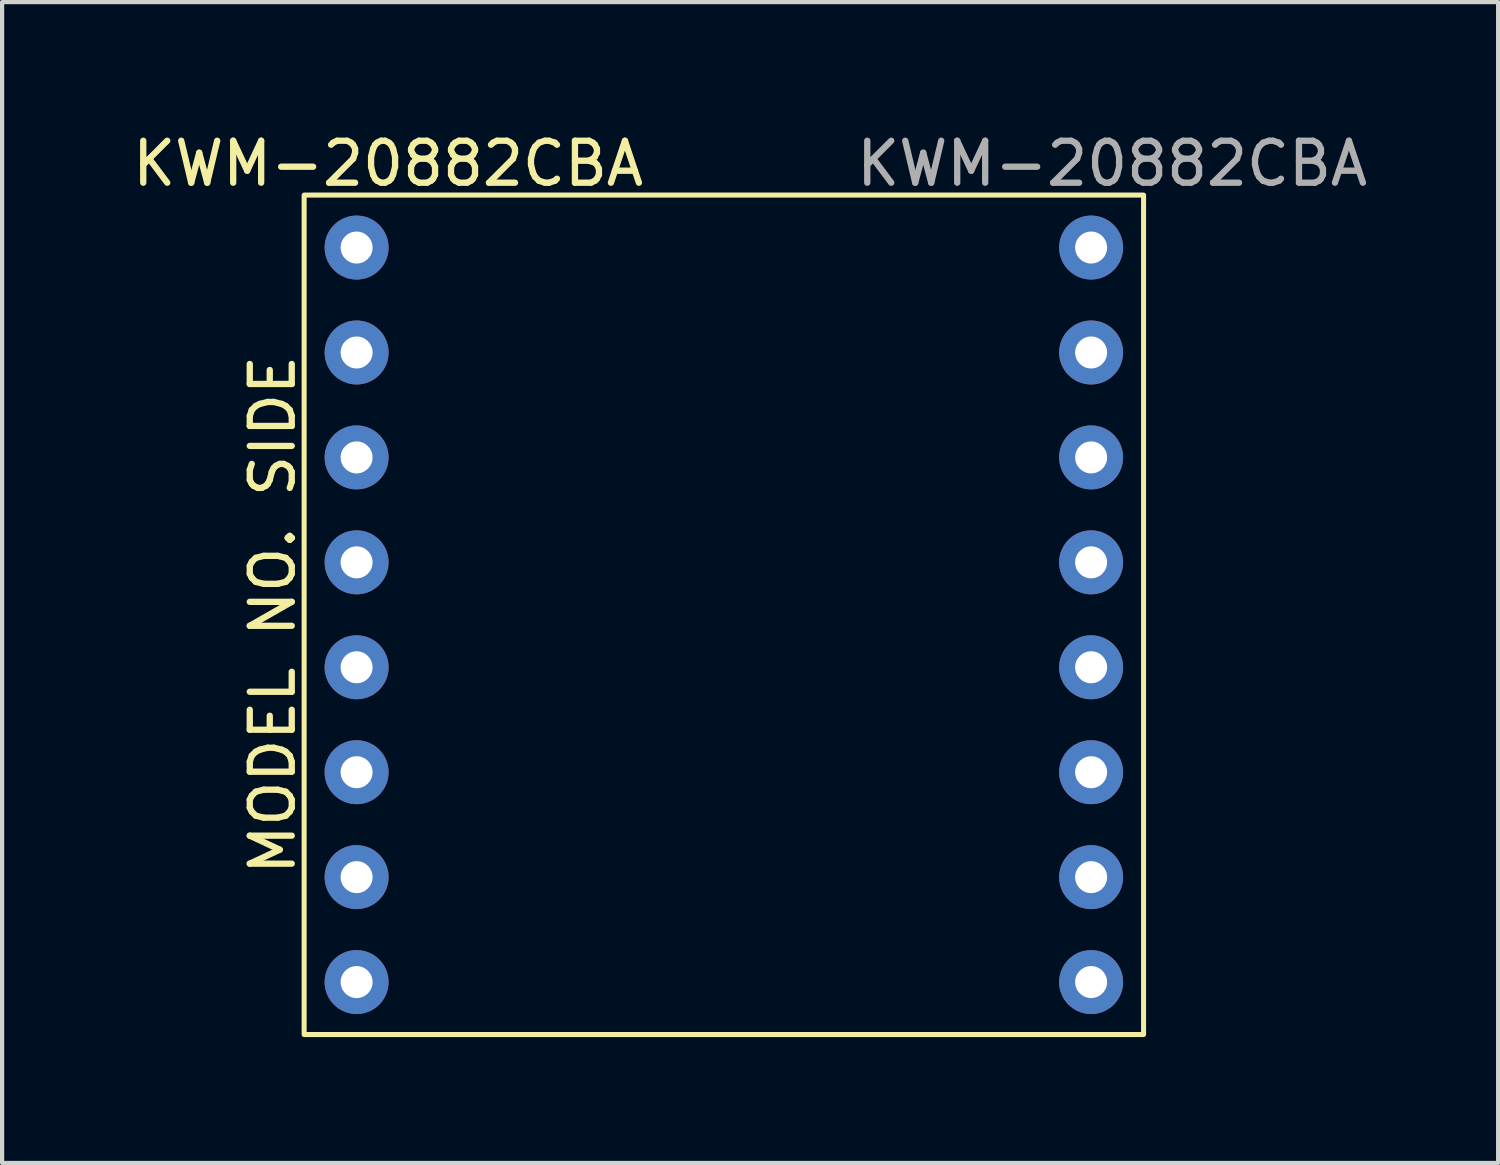
<source format=kicad_pcb>
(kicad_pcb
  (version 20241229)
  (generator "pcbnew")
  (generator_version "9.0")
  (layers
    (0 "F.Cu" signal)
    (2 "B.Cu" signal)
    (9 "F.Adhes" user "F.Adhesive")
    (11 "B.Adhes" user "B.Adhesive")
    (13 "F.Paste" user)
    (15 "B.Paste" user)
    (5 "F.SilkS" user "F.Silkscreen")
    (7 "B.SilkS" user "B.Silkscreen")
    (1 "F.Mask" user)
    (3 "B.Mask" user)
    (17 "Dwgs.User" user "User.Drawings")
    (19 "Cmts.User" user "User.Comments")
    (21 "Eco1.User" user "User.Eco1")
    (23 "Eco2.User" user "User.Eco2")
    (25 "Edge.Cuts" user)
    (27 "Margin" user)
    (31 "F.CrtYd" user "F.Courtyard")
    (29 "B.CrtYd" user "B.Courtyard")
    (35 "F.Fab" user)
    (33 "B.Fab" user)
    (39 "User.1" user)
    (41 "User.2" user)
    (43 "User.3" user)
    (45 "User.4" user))
  (footprint "KWM-20882CBA"
    (layer "F.Cu")
    (at 4.196 1.598)
    (property "Reference" "KWM-20882CBA" (at 2 -0.75 0) (unlocked yes) (layer "F.SilkS") (effects (font (size 1 1) (thickness 0.15))))
    (attr through_hole)
    (fp_rect (start 0 0) (end 20 20) (stroke (width 0.12) (type solid)) (fill no) (layer "F.SilkS"))
    (fp_text user "MODEL NO. SIDE" (at -0.75 10 90) (unlocked yes) (layer "F.SilkS") (effects (font (size 1 1) (thickness 0.15))))
    (fp_text user "${REFERENCE}" (at 19.25 -0.75 0) (unlocked yes) (layer "F.Fab") (effects (font (size 1 1) (thickness 0.15))))
    (pad "1" thru_hole circle (at 1.25 1.25 270) (size 1.524 1.524) (drill 0.762) (layers "*.Cu" "*.Mask"))
    (pad "2" thru_hole circle (at 1.25 3.75 270) (size 1.524 1.524) (drill 0.762) (layers "*.Cu" "*.Mask"))
    (pad "3" thru_hole circle (at 1.25 6.25 270) (size 1.524 1.524) (drill 0.762) (layers "*.Cu" "*.Mask"))
    (pad "4" thru_hole circle (at 1.25 8.75 270) (size 1.524 1.524) (drill 0.762) (layers "*.Cu" "*.Mask"))
    (pad "5" thru_hole circle (at 1.25 11.25 270) (size 1.524 1.524) (drill 0.762) (layers "*.Cu" "*.Mask"))
    (pad "6" thru_hole circle (at 1.25 13.75 270) (size 1.524 1.524) (drill 0.762) (layers "*.Cu" "*.Mask"))
    (pad "7" thru_hole circle (at 1.25 16.25 270) (size 1.524 1.524) (drill 0.762) (layers "*.Cu" "*.Mask"))
    (pad "8" thru_hole circle (at 1.25 18.75 270) (size 1.524 1.524) (drill 0.762) (layers "*.Cu" "*.Mask"))
    (pad "9" thru_hole circle (at 18.75 18.75 90) (size 1.524 1.524) (drill 0.762) (layers "*.Cu" "*.Mask"))
    (pad "10" thru_hole circle (at 18.75 16.25 90) (size 1.524 1.524) (drill 0.762) (layers "*.Cu" "*.Mask"))
    (pad "11" thru_hole circle (at 18.75 13.75 90) (size 1.524 1.524) (drill 0.762) (layers "*.Cu" "*.Mask"))
    (pad "12" thru_hole circle (at 18.75 11.25 90) (size 1.524 1.524) (drill 0.762) (layers "*.Cu" "*.Mask"))
    (pad "13" thru_hole circle (at 18.75 8.75 90) (size 1.524 1.524) (drill 0.762) (layers "*.Cu" "*.Mask"))
    (pad "14" thru_hole circle (at 18.75 6.25 90) (size 1.524 1.524) (drill 0.762) (layers "*.Cu" "*.Mask"))
    (pad "15" thru_hole circle (at 18.75 3.75 90) (size 1.524 1.524) (drill 0.762) (layers "*.Cu" "*.Mask"))
    (pad "16" thru_hole circle (at 18.75 1.25 90) (size 1.524 1.524) (drill 0.762) (layers "*.Cu" "*.Mask")))
  (gr_rect
    (start -3 -3)
    (end 32.643 24.658)
    (stroke (width 0.1) (type default))
    (fill no)
    (layer "Edge.Cuts")))
</source>
